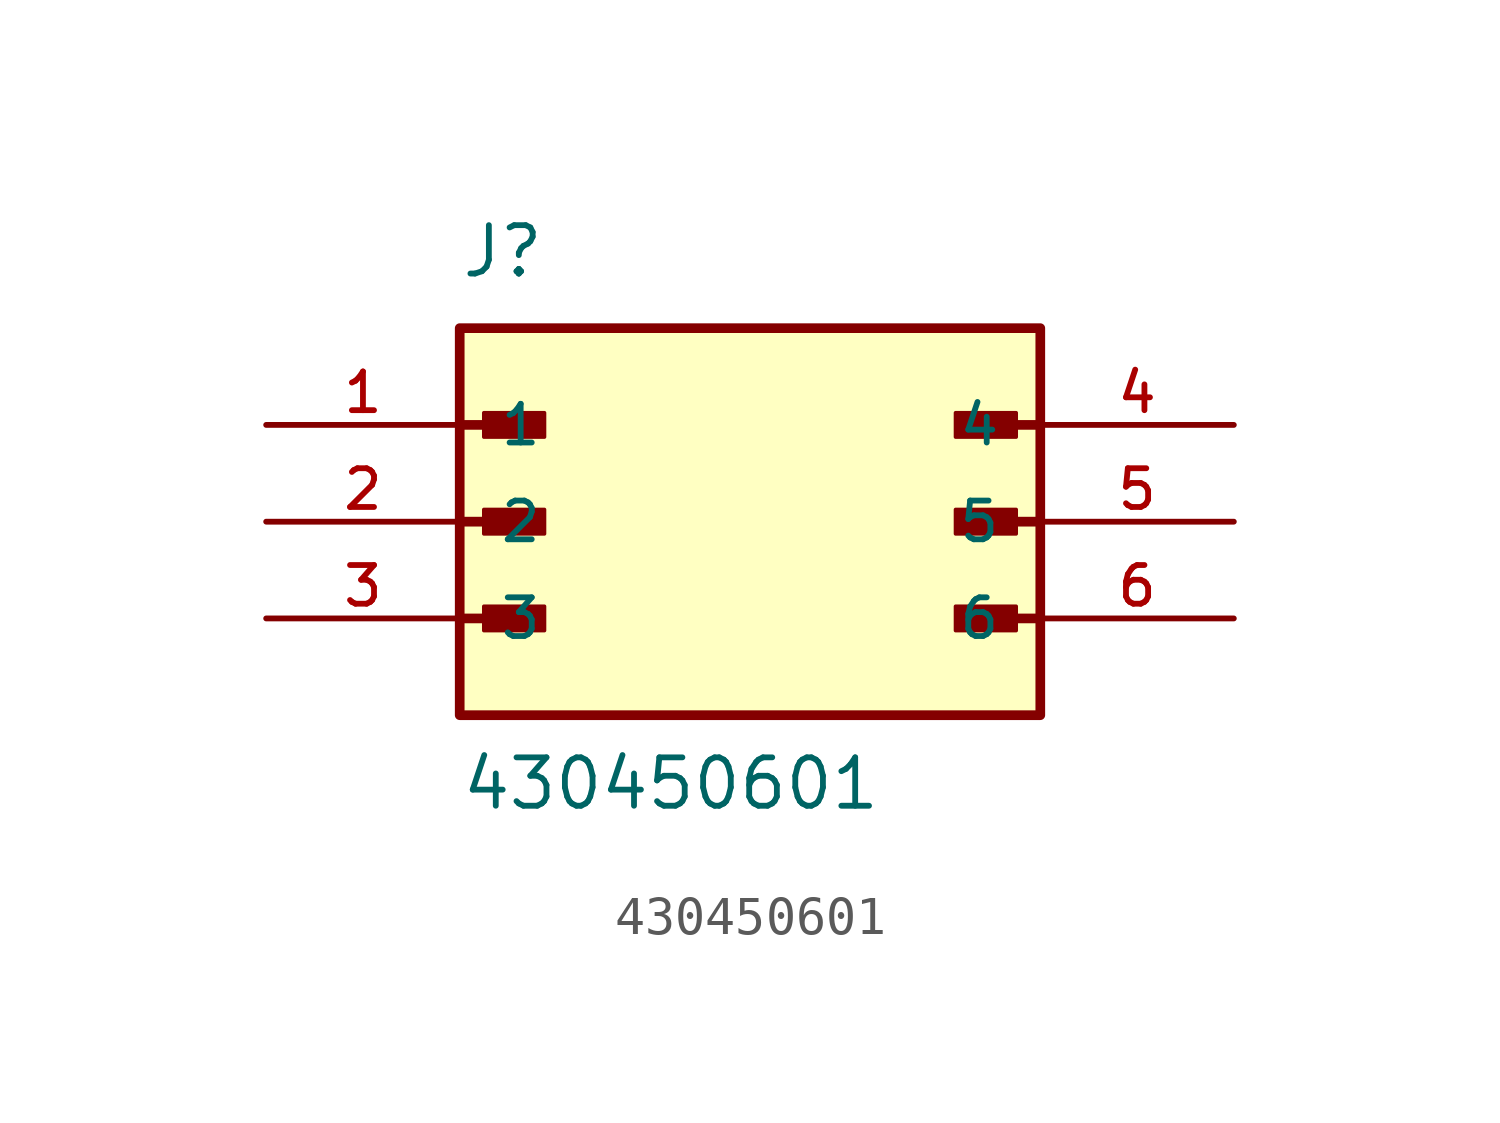
<source format=kicad_sym>
(kicad_symbol_lib
  (version 20211014)
  (generator kicad_symbol_editor)
  (symbol "430450601"
    (pin_names
      (offset 1.016))
    (property "Reference" "J"
      (at -7.62 6.35 0)
      (effects (font (size 1.27 1.27)) (justify bottom left)))
    (property "Value" "430450601"
      (at -7.62 -7.62 0)
      (effects (font (size 1.27 1.27)) (justify bottom left)))
    (symbol "430450601_0_0"
      (polyline (pts (xy -7.62 2.54) (xy -5.715 2.54)) (stroke (width 0.254)))
      (rectangle (start -6.985 2.223) (end -5.397 2.857) (stroke (width 0.1)) (fill (type outline)))
      (polyline (pts (xy -7.62 0.0) (xy -5.715 0.0)) (stroke (width 0.254)))
      (rectangle (start -6.985 -0.318) (end -5.397 0.318) (stroke (width 0.1)) (fill (type outline)))
      (polyline (pts (xy -7.62 -2.54) (xy -5.715 -2.54)) (stroke (width 0.254)))
      (rectangle (start -6.985 -2.857) (end -5.397 -2.223) (stroke (width 0.1)) (fill (type outline)))
      (polyline (pts (xy 7.62 2.54) (xy 5.715 2.54)) (stroke (width 0.254)))
      (rectangle (start 5.397 2.223) (end 6.985 2.857) (stroke (width 0.1)) (fill (type outline)))
      (polyline (pts (xy 7.62 0.0) (xy 5.715 0.0)) (stroke (width 0.254)))
      (rectangle (start 5.397 -0.318) (end 6.985 0.318) (stroke (width 0.1)) (fill (type outline)))
      (polyline (pts (xy 7.62 -2.54) (xy 5.715 -2.54)) (stroke (width 0.254)))
      (rectangle (start 5.397 -2.857) (end 6.985 -2.223) (stroke (width 0.1)) (fill (type outline)))
      (rectangle (start -7.62 -5.08) (end 7.62 5.08) (stroke (width 0.254)) (fill (type background)))
      (pin passive line (at -12.7 2.54 0) (length 5.08) (name "1" (effects (font (size 1.016 1.016)))) (number "1" (effects (font (size 1.016 1.016)))))
      (pin passive line (at -12.7 0.0 0) (length 5.08) (name "2" (effects (font (size 1.016 1.016)))) (number "2" (effects (font (size 1.016 1.016)))))
      (pin passive line (at -12.7 -2.54 0) (length 5.08) (name "3" (effects (font (size 1.016 1.016)))) (number "3" (effects (font (size 1.016 1.016)))))
      (pin passive line (at 12.7 2.54 180.0) (length 5.08) (name "4" (effects (font (size 1.016 1.016)))) (number "4" (effects (font (size 1.016 1.016)))))
      (pin passive line (at 12.7 0.0 180.0) (length 5.08) (name "5" (effects (font (size 1.016 1.016)))) (number "5" (effects (font (size 1.016 1.016)))))
      (pin passive line (at 12.7 -2.54 180.0) (length 5.08) (name "6" (effects (font (size 1.016 1.016)))) (number "6" (effects (font (size 1.016 1.016))))))))
</source>
